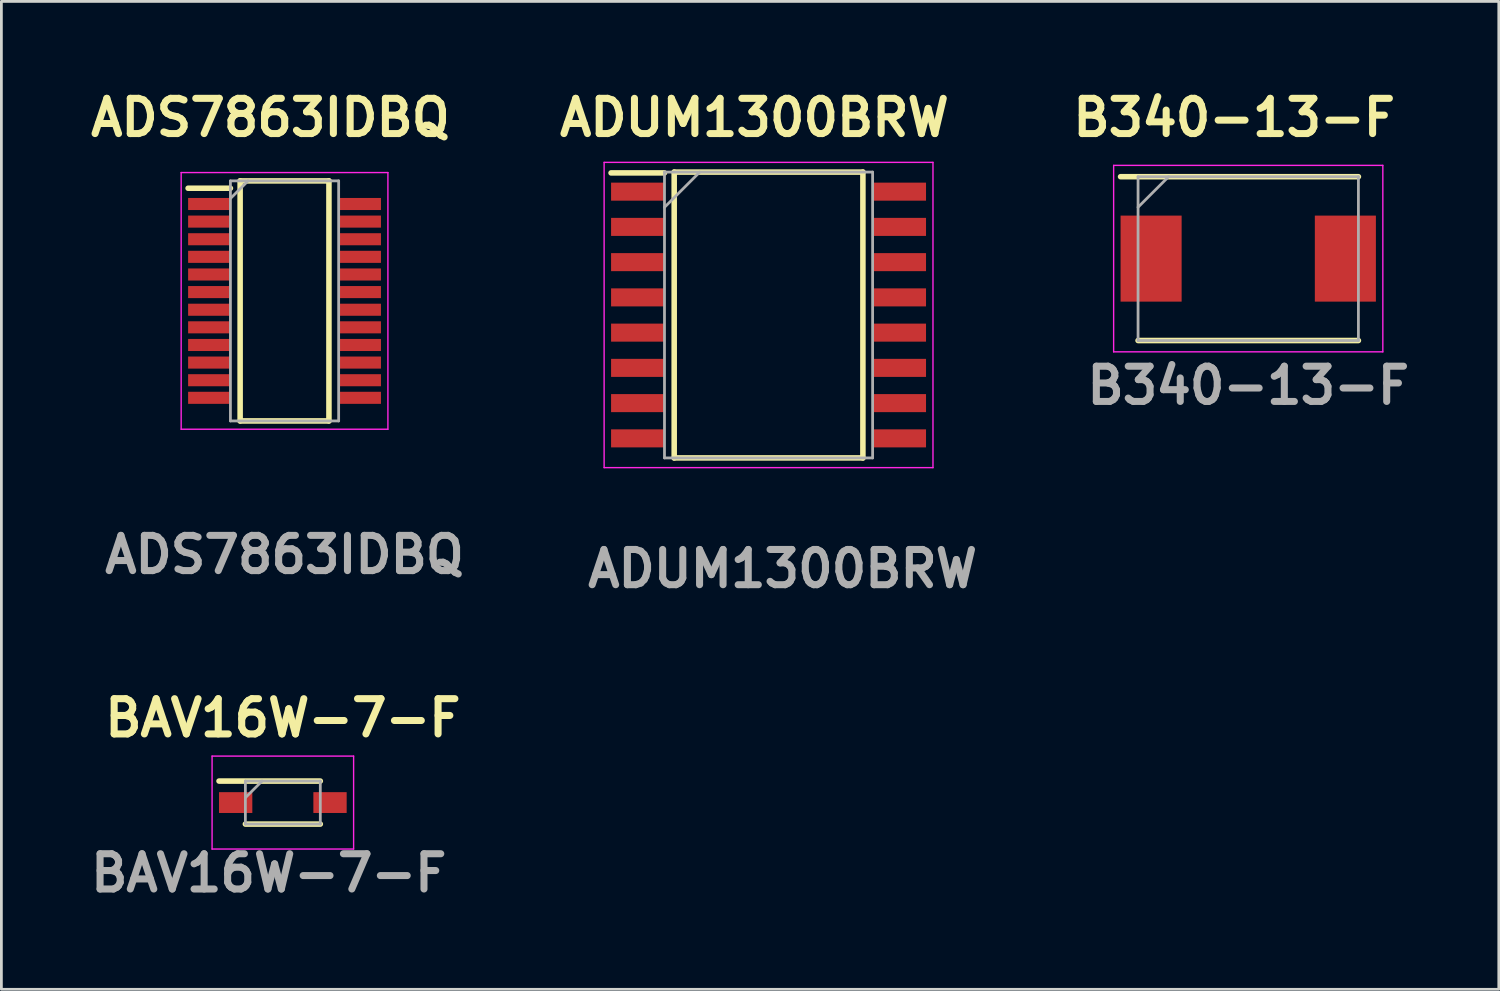
<source format=kicad_pcb>
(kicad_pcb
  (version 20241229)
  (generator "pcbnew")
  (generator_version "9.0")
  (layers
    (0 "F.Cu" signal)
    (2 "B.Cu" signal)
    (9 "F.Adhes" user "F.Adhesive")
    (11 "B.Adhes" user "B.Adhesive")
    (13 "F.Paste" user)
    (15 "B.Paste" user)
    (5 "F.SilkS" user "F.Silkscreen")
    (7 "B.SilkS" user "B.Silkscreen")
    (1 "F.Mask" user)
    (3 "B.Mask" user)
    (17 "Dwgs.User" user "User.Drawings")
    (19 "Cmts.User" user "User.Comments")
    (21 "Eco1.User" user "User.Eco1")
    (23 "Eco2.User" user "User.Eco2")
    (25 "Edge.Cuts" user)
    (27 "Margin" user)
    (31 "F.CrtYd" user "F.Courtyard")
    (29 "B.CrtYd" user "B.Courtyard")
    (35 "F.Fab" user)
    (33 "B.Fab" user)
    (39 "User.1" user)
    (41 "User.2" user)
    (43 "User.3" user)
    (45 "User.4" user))
  (footprint "ADUM1300BRW"
    (layer "F.Cu")
    (at 24.644 8.301)
    (property "Reference" "ADUM1300BRW" (at -0.508 -7.112 0) (layer "F.SilkS") (effects (font (size 1.27 1.27) (thickness 0.254))))
    (attr smd)
    (fp_line (start -5.675 -5.12) (end -3.75 -5.12) (stroke (width 0.2) (type solid)) (layer "F.SilkS"))
    (fp_line (start -3.4 -5.15) (end 3.4 -5.15) (stroke (width 0.2) (type solid)) (layer "F.SilkS"))
    (fp_line (start -3.4 5.15) (end -3.4 -5.15) (stroke (width 0.2) (type solid)) (layer "F.SilkS"))
    (fp_line (start 3.4 -5.15) (end 3.4 5.15) (stroke (width 0.2) (type solid)) (layer "F.SilkS"))
    (fp_line (start 3.4 5.15) (end -3.4 5.15) (stroke (width 0.2) (type solid)) (layer "F.SilkS"))
    (fp_line (start -5.925 -5.5) (end 5.925 -5.5) (stroke (width 0.05) (type solid)) (layer "F.CrtYd"))
    (fp_line (start -5.925 5.5) (end -5.925 -5.5) (stroke (width 0.05) (type solid)) (layer "F.CrtYd"))
    (fp_line (start 5.925 -5.5) (end 5.925 5.5) (stroke (width 0.05) (type solid)) (layer "F.CrtYd"))
    (fp_line (start 5.925 5.5) (end -5.925 5.5) (stroke (width 0.05) (type solid)) (layer "F.CrtYd"))
    (fp_line (start -3.75 -5.15) (end 3.75 -5.15) (stroke (width 0.1) (type solid)) (layer "F.Fab"))
    (fp_line (start -3.75 -3.88) (end -2.48 -5.15) (stroke (width 0.1) (type solid)) (layer "F.Fab"))
    (fp_line (start -3.75 5.15) (end -3.75 -5.15) (stroke (width 0.1) (type solid)) (layer "F.Fab"))
    (fp_line (start 3.75 -5.15) (end 3.75 5.15) (stroke (width 0.1) (type solid)) (layer "F.Fab"))
    (fp_line (start 3.75 5.15) (end -3.75 5.15) (stroke (width 0.1) (type solid)) (layer "F.Fab"))
    (fp_text user "${REFERENCE}" (at 0.508 9.144 0) (layer "F.Fab") (effects (font (size 1.27 1.27) (thickness 0.254))))
    (pad "1" smd rect (at -4.712 -4.445 90) (size 0.65 1.925) (layers "F.Cu" "F.Mask" "F.Paste"))
    (pad "2" smd rect (at -4.712 -3.175 90) (size 0.65 1.925) (layers "F.Cu" "F.Mask" "F.Paste"))
    (pad "3" smd rect (at -4.712 -1.905 90) (size 0.65 1.925) (layers "F.Cu" "F.Mask" "F.Paste"))
    (pad "4" smd rect (at -4.712 -0.635 90) (size 0.65 1.925) (layers "F.Cu" "F.Mask" "F.Paste"))
    (pad "5" smd rect (at -4.712 0.635 90) (size 0.65 1.925) (layers "F.Cu" "F.Mask" "F.Paste"))
    (pad "6" smd rect (at -4.712 1.905 90) (size 0.65 1.925) (layers "F.Cu" "F.Mask" "F.Paste"))
    (pad "7" smd rect (at -4.712 3.175 90) (size 0.65 1.925) (layers "F.Cu" "F.Mask" "F.Paste"))
    (pad "8" smd rect (at -4.712 4.445 90) (size 0.65 1.925) (layers "F.Cu" "F.Mask" "F.Paste"))
    (pad "9" smd rect (at 4.712 4.445 90) (size 0.65 1.925) (layers "F.Cu" "F.Mask" "F.Paste"))
    (pad "10" smd rect (at 4.712 3.175 90) (size 0.65 1.925) (layers "F.Cu" "F.Mask" "F.Paste"))
    (pad "11" smd rect (at 4.712 1.905 90) (size 0.65 1.925) (layers "F.Cu" "F.Mask" "F.Paste"))
    (pad "12" smd rect (at 4.712 0.635 90) (size 0.65 1.925) (layers "F.Cu" "F.Mask" "F.Paste"))
    (pad "13" smd rect (at 4.712 -0.635 90) (size 0.65 1.925) (layers "F.Cu" "F.Mask" "F.Paste"))
    (pad "14" smd rect (at 4.712 -1.905 90) (size 0.65 1.925) (layers "F.Cu" "F.Mask" "F.Paste"))
    (pad "15" smd rect (at 4.712 -3.175 90) (size 0.65 1.925) (layers "F.Cu" "F.Mask" "F.Paste"))
    (pad "16" smd rect (at 4.712 -4.445 90) (size 0.65 1.925) (layers "F.Cu" "F.Mask" "F.Paste")))
  (footprint "BAV16W-7-F"
    (layer "F.Cu")
    (at 7.142 25.87)
    (property "Reference" "BAV16W-7-F" (at 0 -3.048 0) (layer "F.SilkS") (effects (font (size 1.27 1.27) (thickness 0.254))))
    (attr smd)
    (fp_line (start -2.3 -0.775) (end 1.35 -0.775) (stroke (width 0.2) (type solid)) (layer "F.SilkS"))
    (fp_line (start -1.35 0.775) (end 1.35 0.775) (stroke (width 0.2) (type solid)) (layer "F.SilkS"))
    (fp_line (start -2.55 -1.675) (end 2.55 -1.675) (stroke (width 0.05) (type solid)) (layer "F.CrtYd"))
    (fp_line (start -2.55 1.675) (end -2.55 -1.675) (stroke (width 0.05) (type solid)) (layer "F.CrtYd"))
    (fp_line (start 2.55 -1.675) (end 2.55 1.675) (stroke (width 0.05) (type solid)) (layer "F.CrtYd"))
    (fp_line (start 2.55 1.675) (end -2.55 1.675) (stroke (width 0.05) (type solid)) (layer "F.CrtYd"))
    (fp_line (start -1.35 -0.775) (end 1.35 -0.775) (stroke (width 0.1) (type solid)) (layer "F.Fab"))
    (fp_line (start -1.35 -0.175) (end -0.75 -0.775) (stroke (width 0.1) (type solid)) (layer "F.Fab"))
    (fp_line (start -1.35 0.775) (end -1.35 -0.775) (stroke (width 0.1) (type solid)) (layer "F.Fab"))
    (fp_line (start 1.35 -0.775) (end 1.35 0.775) (stroke (width 0.1) (type solid)) (layer "F.Fab"))
    (fp_line (start 1.35 0.775) (end -1.35 0.775) (stroke (width 0.1) (type solid)) (layer "F.Fab"))
    (fp_text user "${REFERENCE}" (at -0.508 2.54 0) (layer "F.Fab") (effects (font (size 1.27 1.27) (thickness 0.254))))
    (pad "1" smd rect (at -1.7 0 90) (size 0.75 1.2) (layers "F.Cu" "F.Mask" "F.Paste"))
    (pad "2" smd rect (at 1.7 0 90) (size 0.75 1.2) (layers "F.Cu" "F.Mask" "F.Paste")))
  (footprint "B340-13-F"
    (layer "F.Cu")
    (at 41.929 6.269)
    (property "Reference" "B340-13-F" (at -0.508 -5.08 0) (layer "F.SilkS") (effects (font (size 1.27 1.27) (thickness 0.254))))
    (attr smd)
    (fp_line (start -3.97 2.952) (end 3.97 2.952) (stroke (width 0.2) (type solid)) (layer "F.SilkS"))
    (fp_line (start 3.97 -2.952) (end -4.6 -2.952) (stroke (width 0.2) (type solid)) (layer "F.SilkS"))
    (fp_line (start -4.85 -3.36) (end 4.85 -3.36) (stroke (width 0.05) (type solid)) (layer "F.CrtYd"))
    (fp_line (start -4.85 3.36) (end -4.85 -3.36) (stroke (width 0.05) (type solid)) (layer "F.CrtYd"))
    (fp_line (start 4.85 -3.36) (end 4.85 3.36) (stroke (width 0.05) (type solid)) (layer "F.CrtYd"))
    (fp_line (start 4.85 3.36) (end -4.85 3.36) (stroke (width 0.05) (type solid)) (layer "F.CrtYd"))
    (fp_line (start -3.97 -2.952) (end 3.97 -2.952) (stroke (width 0.1) (type solid)) (layer "F.Fab"))
    (fp_line (start -3.97 -1.852) (end -2.87 -2.952) (stroke (width 0.1) (type solid)) (layer "F.Fab"))
    (fp_line (start -3.97 2.952) (end -3.97 -2.952) (stroke (width 0.1) (type solid)) (layer "F.Fab"))
    (fp_line (start 3.97 -2.952) (end 3.97 2.952) (stroke (width 0.1) (type solid)) (layer "F.Fab"))
    (fp_line (start 3.97 2.952) (end -3.97 2.952) (stroke (width 0.1) (type solid)) (layer "F.Fab"))
    (fp_text user "${REFERENCE}" (at 0 4.572 0) (layer "F.Fab") (effects (font (size 1.27 1.27) (thickness 0.254))))
    (pad "1" smd rect (at -3.5 0) (size 2.2 3.1) (layers "F.Cu" "F.Mask" "F.Paste"))
    (pad "2" smd rect (at 3.5 0) (size 2.2 3.1) (layers "F.Cu" "F.Mask" "F.Paste")))
  (footprint "ADS7863IDBQ"
    (layer "F.Cu")
    (at 7.203 7.793)
    (property "Reference" "ADS7863IDBQ" (at -0.508 -6.604 0) (layer "F.SilkS") (effects (font (size 1.27 1.27) (thickness 0.254))))
    (attr smd)
    (fp_line (start -3.475 -4.06) (end -1.95 -4.06) (stroke (width 0.2) (type solid)) (layer "F.SilkS"))
    (fp_line (start -1.6 -4.325) (end 1.6 -4.325) (stroke (width 0.2) (type solid)) (layer "F.SilkS"))
    (fp_line (start -1.6 4.325) (end -1.6 -4.325) (stroke (width 0.2) (type solid)) (layer "F.SilkS"))
    (fp_line (start 1.6 -4.325) (end 1.6 4.325) (stroke (width 0.2) (type solid)) (layer "F.SilkS"))
    (fp_line (start 1.6 4.325) (end -1.6 4.325) (stroke (width 0.2) (type solid)) (layer "F.SilkS"))
    (fp_line (start -3.725 -4.625) (end 3.725 -4.625) (stroke (width 0.05) (type solid)) (layer "F.CrtYd"))
    (fp_line (start -3.725 4.625) (end -3.725 -4.625) (stroke (width 0.05) (type solid)) (layer "F.CrtYd"))
    (fp_line (start 3.725 -4.625) (end 3.725 4.625) (stroke (width 0.05) (type solid)) (layer "F.CrtYd"))
    (fp_line (start 3.725 4.625) (end -3.725 4.625) (stroke (width 0.05) (type solid)) (layer "F.CrtYd"))
    (fp_line (start -1.95 -4.325) (end 1.95 -4.325) (stroke (width 0.1) (type solid)) (layer "F.Fab"))
    (fp_line (start -1.95 -3.69) (end -1.315 -4.325) (stroke (width 0.1) (type solid)) (layer "F.Fab"))
    (fp_line (start -1.95 4.325) (end -1.95 -4.325) (stroke (width 0.1) (type solid)) (layer "F.Fab"))
    (fp_line (start 1.95 -4.325) (end 1.95 4.325) (stroke (width 0.1) (type solid)) (layer "F.Fab"))
    (fp_line (start 1.95 4.325) (end -1.95 4.325) (stroke (width 0.1) (type solid)) (layer "F.Fab"))
    (fp_text user "${REFERENCE}" (at 0 9.144 0) (layer "F.Fab") (effects (font (size 1.27 1.27) (thickness 0.254))))
    (pad "1" smd rect (at -2.712 -3.492 90) (size 0.435 1.525) (layers "F.Cu" "F.Mask" "F.Paste"))
    (pad "2" smd rect (at -2.712 -2.858 90) (size 0.435 1.525) (layers "F.Cu" "F.Mask" "F.Paste"))
    (pad "3" smd rect (at -2.712 -2.222 90) (size 0.435 1.525) (layers "F.Cu" "F.Mask" "F.Paste"))
    (pad "4" smd rect (at -2.712 -1.588 90) (size 0.435 1.525) (layers "F.Cu" "F.Mask" "F.Paste"))
    (pad "5" smd rect (at -2.712 -0.952 90) (size 0.435 1.525) (layers "F.Cu" "F.Mask" "F.Paste"))
    (pad "6" smd rect (at -2.712 -0.318 90) (size 0.435 1.525) (layers "F.Cu" "F.Mask" "F.Paste"))
    (pad "7" smd rect (at -2.712 0.318 90) (size 0.435 1.525) (layers "F.Cu" "F.Mask" "F.Paste"))
    (pad "8" smd rect (at -2.712 0.952 90) (size 0.435 1.525) (layers "F.Cu" "F.Mask" "F.Paste"))
    (pad "9" smd rect (at -2.712 1.588 90) (size 0.435 1.525) (layers "F.Cu" "F.Mask" "F.Paste"))
    (pad "10" smd rect (at -2.712 2.222 90) (size 0.435 1.525) (layers "F.Cu" "F.Mask" "F.Paste"))
    (pad "11" smd rect (at -2.712 2.858 90) (size 0.435 1.525) (layers "F.Cu" "F.Mask" "F.Paste"))
    (pad "12" smd rect (at -2.712 3.492 90) (size 0.435 1.525) (layers "F.Cu" "F.Mask" "F.Paste"))
    (pad "13" smd rect (at 2.712 3.492 90) (size 0.435 1.525) (layers "F.Cu" "F.Mask" "F.Paste"))
    (pad "14" smd rect (at 2.712 2.858 90) (size 0.435 1.525) (layers "F.Cu" "F.Mask" "F.Paste"))
    (pad "15" smd rect (at 2.712 2.222 90) (size 0.435 1.525) (layers "F.Cu" "F.Mask" "F.Paste"))
    (pad "16" smd rect (at 2.712 1.588 90) (size 0.435 1.525) (layers "F.Cu" "F.Mask" "F.Paste"))
    (pad "17" smd rect (at 2.712 0.952 90) (size 0.435 1.525) (layers "F.Cu" "F.Mask" "F.Paste"))
    (pad "18" smd rect (at 2.712 0.318 90) (size 0.435 1.525) (layers "F.Cu" "F.Mask" "F.Paste"))
    (pad "19" smd rect (at 2.712 -0.318 90) (size 0.435 1.525) (layers "F.Cu" "F.Mask" "F.Paste"))
    (pad "20" smd rect (at 2.712 -0.952 90) (size 0.435 1.525) (layers "F.Cu" "F.Mask" "F.Paste"))
    (pad "21" smd rect (at 2.712 -1.588 90) (size 0.435 1.525) (layers "F.Cu" "F.Mask" "F.Paste"))
    (pad "22" smd rect (at 2.712 -2.222 90) (size 0.435 1.525) (layers "F.Cu" "F.Mask" "F.Paste"))
    (pad "23" smd rect (at 2.712 -2.858 90) (size 0.435 1.525) (layers "F.Cu" "F.Mask" "F.Paste"))
    (pad "24" smd rect (at 2.712 -3.492 90) (size 0.435 1.525) (layers "F.Cu" "F.Mask" "F.Paste")))
  (gr_rect
    (start -3 -3)
    (end 50.958 32.599)
    (stroke (width 0.1) (type default))
    (fill no)
    (layer "Edge.Cuts")))
</source>
